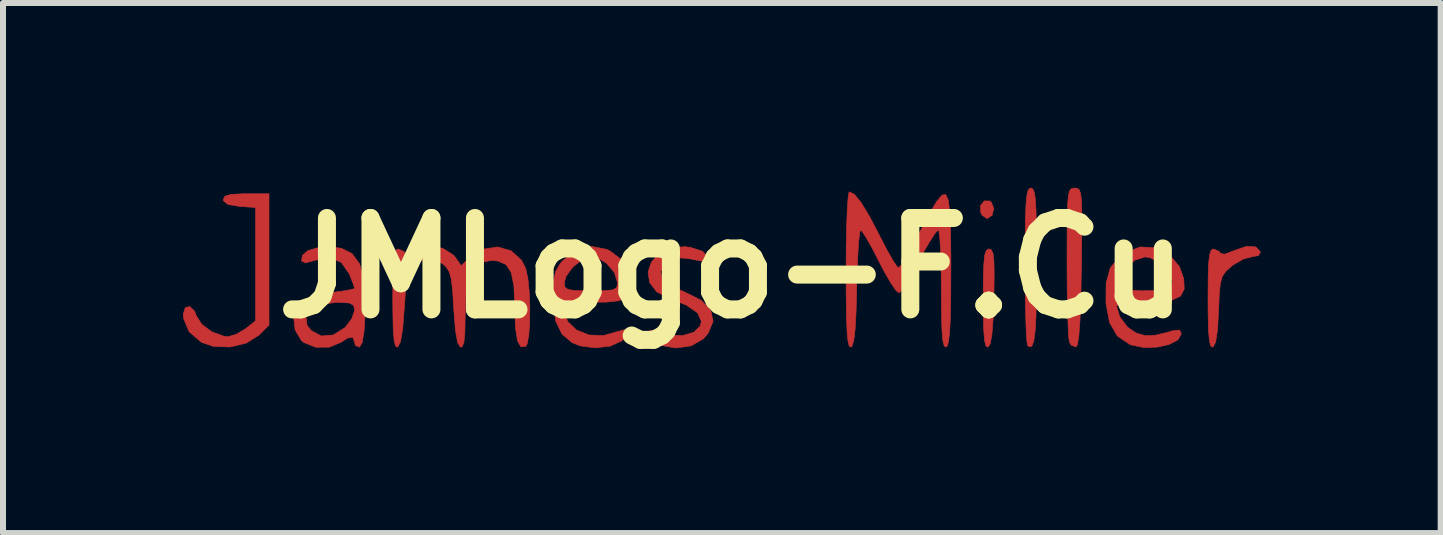
<source format=kicad_pcb>
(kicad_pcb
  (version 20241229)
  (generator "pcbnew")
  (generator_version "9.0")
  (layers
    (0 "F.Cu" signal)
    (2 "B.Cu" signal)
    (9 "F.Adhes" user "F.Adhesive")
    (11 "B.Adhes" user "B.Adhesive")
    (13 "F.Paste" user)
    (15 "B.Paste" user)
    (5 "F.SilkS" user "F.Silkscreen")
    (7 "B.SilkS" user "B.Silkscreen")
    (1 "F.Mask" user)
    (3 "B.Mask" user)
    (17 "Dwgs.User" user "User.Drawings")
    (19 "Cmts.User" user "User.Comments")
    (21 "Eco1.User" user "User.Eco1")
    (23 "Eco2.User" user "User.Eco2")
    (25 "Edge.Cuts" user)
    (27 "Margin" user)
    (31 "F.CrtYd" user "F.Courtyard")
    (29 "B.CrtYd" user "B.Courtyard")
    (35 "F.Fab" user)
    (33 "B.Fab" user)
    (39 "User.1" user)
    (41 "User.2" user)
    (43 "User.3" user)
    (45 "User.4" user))
  (footprint "JMLogo-F.Cu"
    (layer "F.Cu")
    (at 9.149 1.418)
    (property "Reference" "JMLogo-F.Cu" (at 0 0 0) (layer "F.SilkS") (effects (font (size 1.524 1.524) (thickness 0.3))))
    (attr through_hole)
    (fp_poly (pts (xy 4.3 -1.117) (xy 4.326 -1.096) (xy 4.367 -0.992) (xy 4.339 -0.881) (xy 4.259 -0.826) (xy 4.255 -0.826) (xy 4.176 -0.876) (xy 4.149 -0.925) (xy 4.146 -1.042) (xy 4.209 -1.119) (xy 4.3 -1.117)) (stroke (width 0.01) (type solid)) (fill yes) (layer "F.Cu"))
    (fp_poly (pts (xy 4.328 -0.301) (xy 4.355 -0.24) (xy 4.369 -0.113) (xy 4.373 0.098) (xy 4.369 0.412) (xy 4.368 0.487) (xy 4.355 0.857) (xy 4.335 1.112) (xy 4.307 1.262) (xy 4.27 1.318) (xy 4.236 1.299) (xy 4.213 1.206) (xy 4.199 1.025) (xy 4.192 0.741) (xy 4.191 0.513) (xy 4.193 0.169) (xy 4.201 -0.067) (xy 4.216 -0.214) (xy 4.241 -0.291) (xy 4.278 -0.317) (xy 4.288 -0.318) (xy 4.328 -0.301)) (stroke (width 0.01) (type solid)) (fill yes) (layer "F.Cu"))
    (fp_poly (pts (xy 5.017 -1.318) (xy 5.042 -1.262) (xy 5.059 -1.149) (xy 5.07 -0.965) (xy 5.077 -0.694) (xy 5.08 -0.32) (xy 5.08 -0.035) (xy 5.078 0.441) (xy 5.07 0.802) (xy 5.055 1.059) (xy 5.033 1.222) (xy 5.001 1.302) (xy 4.959 1.312) (xy 4.93 1.289) (xy 4.918 1.216) (xy 4.907 1.036) (xy 4.898 0.768) (xy 4.892 0.432) (xy 4.89 0.047) (xy 4.889 -0.042) (xy 4.891 -0.484) (xy 4.895 -0.815) (xy 4.903 -1.049) (xy 4.917 -1.203) (xy 4.937 -1.291) (xy 4.964 -1.328) (xy 4.985 -1.333) (xy 5.017 -1.318)) (stroke (width 0.01) (type solid)) (fill yes) (layer "F.Cu"))
    (fp_poly (pts (xy 5.759 -1.329) (xy 5.791 -1.305) (xy 5.813 -1.246) (xy 5.827 -1.135) (xy 5.833 -0.957) (xy 5.835 -0.694) (xy 5.831 -0.332) (xy 5.827 -0.021) (xy 5.818 0.481) (xy 5.804 0.861) (xy 5.785 1.124) (xy 5.761 1.274) (xy 5.739 1.315) (xy 5.659 1.286) (xy 5.628 1.236) (xy 5.615 1.142) (xy 5.605 0.943) (xy 5.596 0.66) (xy 5.59 0.315) (xy 5.588 -0.071) (xy 5.588 -0.1) (xy 5.589 -0.525) (xy 5.591 -0.838) (xy 5.598 -1.058) (xy 5.61 -1.201) (xy 5.629 -1.284) (xy 5.658 -1.322) (xy 5.697 -1.333) (xy 5.716 -1.333) (xy 5.759 -1.329)) (stroke (width 0.01) (type solid)) (fill yes) (layer "F.Cu"))
    (fp_poly (pts (xy -7.715 0.95) (xy -7.884 1.119) (xy -8.096 1.252) (xy -8.367 1.316) (xy -8.644 1.306) (xy -8.841 1.238) (xy -9.045 1.063) (xy -9.139 0.839) (xy -9.144 0.766) (xy -9.11 0.658) (xy -9.035 0.643) (xy -8.957 0.717) (xy -8.928 0.793) (xy -8.836 0.938) (xy -8.667 1.064) (xy -8.468 1.136) (xy -8.394 1.143) (xy -8.26 1.105) (xy -8.108 1.014) (xy -8.105 1.011) (xy -7.938 0.88) (xy -7.938 -1.009) (xy -8.207 -1.028) (xy -8.396 -1.059) (xy -8.474 -1.12) (xy -8.477 -1.143) (xy -8.448 -1.198) (xy -8.344 -1.228) (xy -8.142 -1.238) (xy -8.096 -1.238) (xy -7.715 -1.238) (xy -7.715 0.95)) (stroke (width 0.01) (type solid)) (fill yes) (layer "F.Cu"))
    (fp_poly (pts (xy 8.735 -0.351) (xy 8.811 -0.27) (xy 8.78 -0.208) (xy 8.678 -0.191) (xy 8.526 -0.15) (xy 8.355 -0.051) (xy 8.326 -0.028) (xy 8.234 0.056) (xy 8.176 0.14) (xy 8.143 0.257) (xy 8.125 0.437) (xy 8.114 0.713) (xy 8.114 0.713) (xy 8.096 1.034) (xy 8.065 1.234) (xy 8.021 1.316) (xy 8.017 1.318) (xy 7.983 1.299) (xy 7.96 1.206) (xy 7.945 1.025) (xy 7.939 0.741) (xy 7.938 0.513) (xy 7.94 0.165) (xy 7.948 -0.074) (xy 7.965 -0.223) (xy 7.991 -0.298) (xy 8.027 -0.318) (xy 8.123 -0.278) (xy 8.139 -0.251) (xy 8.207 -0.229) (xy 8.356 -0.282) (xy 8.367 -0.288) (xy 8.579 -0.362) (xy 8.735 -0.351)) (stroke (width 0.01) (type solid)) (fill yes) (layer "F.Cu"))
    (fp_poly (pts (xy -0.675 -0.34) (xy -0.49 -0.28) (xy -0.414 -0.202) (xy -0.413 -0.19) (xy -0.46 -0.117) (xy -0.504 -0.115) (xy -0.733 -0.16) (xy -0.879 -0.17) (xy -0.982 -0.142) (xy -1.081 -0.073) (xy -1.082 -0.073) (xy -1.184 0.056) (xy -1.163 0.178) (xy -1.019 0.297) (xy -0.787 0.4) (xy -0.511 0.538) (xy -0.352 0.704) (xy -0.312 0.889) (xy -0.395 1.087) (xy -0.473 1.178) (xy -0.675 1.296) (xy -0.935 1.333) (xy -1.214 1.283) (xy -1.254 1.268) (xy -1.365 1.185) (xy -1.397 1.107) (xy -1.366 1.035) (xy -1.286 1.051) (xy -1.044 1.12) (xy -0.818 1.125) (xy -0.635 1.072) (xy -0.526 0.967) (xy -0.508 0.888) (xy -0.571 0.747) (xy -0.76 0.617) (xy -1.036 0.509) (xy -1.253 0.395) (xy -1.37 0.241) (xy -1.396 0.068) (xy -1.34 -0.1) (xy -1.212 -0.242) (xy -1.022 -0.335) (xy -0.779 -0.356) (xy -0.675 -0.34)) (stroke (width 0.01) (type solid)) (fill yes) (layer "F.Cu"))
    (fp_poly (pts (xy 7.067 -0.336) (xy 7.294 -0.222) (xy 7.462 -0.022) (xy 7.533 0.179) (xy 7.541 0.35) (xy 7.481 0.466) (xy 7.337 0.535) (xy 7.093 0.567) (xy 6.878 0.572) (xy 6.653 0.579) (xy 6.488 0.599) (xy 6.415 0.628) (xy 6.413 0.632) (xy 6.466 0.813) (xy 6.595 0.984) (xy 6.739 1.083) (xy 6.884 1.125) (xy 7.04 1.124) (xy 7.252 1.075) (xy 7.35 1.045) (xy 7.463 1.034) (xy 7.493 1.094) (xy 7.436 1.196) (xy 7.289 1.274) (xy 7.086 1.319) (xy 6.863 1.324) (xy 6.656 1.281) (xy 6.636 1.273) (xy 6.427 1.133) (xy 6.297 0.909) (xy 6.237 0.588) (xy 6.237 0.585) (xy 6.239 0.313) (xy 6.413 0.313) (xy 6.47 0.348) (xy 6.615 0.37) (xy 6.811 0.38) (xy 7.017 0.378) (xy 7.198 0.363) (xy 7.313 0.334) (xy 7.333 0.319) (xy 7.341 0.199) (xy 7.266 0.055) (xy 7.138 -0.078) (xy 6.985 -0.168) (xy 6.89 -0.186) (xy 6.716 -0.131) (xy 6.553 0.006) (xy 6.441 0.185) (xy 6.413 0.313) (xy 6.239 0.313) (xy 6.24 0.249) (xy 6.308 0.001) (xy 6.452 -0.182) (xy 6.555 -0.257) (xy 6.811 -0.352) (xy 7.067 -0.336)) (stroke (width 0.01) (type solid)) (fill yes) (layer "F.Cu"))
    (fp_poly (pts (xy -2.08 -0.309) (xy -2.042 -0.291) (xy -1.839 -0.141) (xy -1.736 0.062) (xy -1.714 0.275) (xy -1.726 0.41) (xy -1.775 0.497) (xy -1.884 0.545) (xy -2.077 0.567) (xy -2.355 0.572) (xy -2.586 0.575) (xy -2.719 0.59) (xy -2.779 0.626) (xy -2.794 0.69) (xy -2.794 0.701) (xy -2.738 0.89) (xy -2.59 1.033) (xy -2.38 1.116) (xy -2.14 1.126) (xy -1.939 1.069) (xy -1.79 1.027) (xy -1.728 1.061) (xy -1.768 1.151) (xy -1.833 1.212) (xy -2.026 1.301) (xy -2.276 1.33) (xy -2.528 1.297) (xy -2.66 1.245) (xy -2.831 1.101) (xy -2.935 0.886) (xy -2.979 0.58) (xy -2.982 0.465) (xy -2.975 0.251) (xy -2.794 0.251) (xy -2.783 0.319) (xy -2.731 0.358) (xy -2.611 0.376) (xy -2.395 0.381) (xy -2.349 0.381) (xy -2.117 0.378) (xy -1.983 0.363) (xy -1.922 0.329) (xy -1.905 0.265) (xy -1.905 0.242) (xy -1.959 0.072) (xy -2.091 -0.083) (xy -2.258 -0.179) (xy -2.332 -0.191) (xy -2.494 -0.14) (xy -2.653 -0.015) (xy -2.766 0.143) (xy -2.794 0.251) (xy -2.975 0.251) (xy -2.974 0.226) (xy -2.939 0.063) (xy -2.862 -0.07) (xy -2.822 -0.12) (xy -2.601 -0.297) (xy -2.344 -0.362) (xy -2.08 -0.309)) (stroke (width 0.01) (type solid)) (fill yes) (layer "F.Cu"))
    (fp_poly (pts (xy -6.509 -0.329) (xy -6.328 -0.238) (xy -6.204 -0.068) (xy -6.133 0.194) (xy -6.108 0.56) (xy -6.111 0.725) (xy -6.129 1.043) (xy -6.16 1.239) (xy -6.206 1.317) (xy -6.207 1.318) (xy -6.275 1.291) (xy -6.287 1.244) (xy -6.316 1.155) (xy -6.408 1.168) (xy -6.512 1.236) (xy -6.71 1.319) (xy -6.936 1.32) (xy -7.133 1.242) (xy -7.176 1.206) (xy -7.279 1.032) (xy -7.303 0.826) (xy -7.298 0.808) (xy -7.099 0.808) (xy -7.081 0.952) (xy -7.012 1.043) (xy -6.842 1.133) (xy -6.644 1.116) (xy -6.452 0.996) (xy -6.442 0.987) (xy -6.335 0.844) (xy -6.287 0.709) (xy -6.287 0.701) (xy -6.304 0.622) (xy -6.376 0.583) (xy -6.537 0.572) (xy -6.583 0.572) (xy -6.836 0.603) (xy -7.013 0.687) (xy -7.099 0.808) (xy -7.298 0.808) (xy -7.248 0.639) (xy -7.164 0.545) (xy -7.025 0.484) (xy -6.814 0.431) (xy -6.656 0.406) (xy -6.459 0.38) (xy -6.325 0.355) (xy -6.287 0.339) (xy -6.309 0.269) (xy -6.363 0.13) (xy -6.378 0.095) (xy -6.51 -0.095) (xy -6.697 -0.172) (xy -6.937 -0.133) (xy -6.949 -0.129) (xy -7.109 -0.086) (xy -7.173 -0.119) (xy -7.157 -0.211) (xy -7.067 -0.29) (xy -6.896 -0.34) (xy -6.688 -0.354) (xy -6.509 -0.329)) (stroke (width 0.01) (type solid)) (fill yes) (layer "F.Cu"))
    (fp_poly (pts (xy -4.82 -0.33) (xy -4.637 -0.213) (xy -4.605 -0.173) (xy -4.511 -0.039) (xy -4.367 -0.174) (xy -4.141 -0.315) (xy -3.902 -0.351) (xy -3.681 -0.288) (xy -3.506 -0.131) (xy -3.436 0.008) (xy -3.4 0.172) (xy -3.377 0.399) (xy -3.367 0.657) (xy -3.37 0.91) (xy -3.385 1.125) (xy -3.413 1.269) (xy -3.436 1.306) (xy -3.516 1.313) (xy -3.572 1.214) (xy -3.606 1.002) (xy -3.618 0.672) (xy -3.619 0.629) (xy -3.632 0.298) (xy -3.677 0.075) (xy -3.763 -0.058) (xy -3.898 -0.118) (xy -4.006 -0.126) (xy -4.185 -0.095) (xy -4.312 0.004) (xy -4.393 0.186) (xy -4.435 0.465) (xy -4.445 0.795) (xy -4.45 1.073) (xy -4.466 1.241) (xy -4.497 1.314) (xy -4.524 1.318) (xy -4.571 1.24) (xy -4.607 1.038) (xy -4.633 0.712) (xy -4.636 0.672) (xy -4.653 0.38) (xy -4.676 0.187) (xy -4.709 0.064) (xy -4.762 -0.018) (xy -4.819 -0.071) (xy -4.996 -0.158) (xy -5.105 -0.153) (xy -5.245 -0.096) (xy -5.34 -0.007) (xy -5.401 0.138) (xy -5.438 0.363) (xy -5.461 0.68) (xy -5.487 1.017) (xy -5.523 1.229) (xy -5.569 1.317) (xy -5.572 1.318) (xy -5.606 1.299) (xy -5.629 1.206) (xy -5.644 1.025) (xy -5.65 0.741) (xy -5.652 0.513) (xy -5.649 0.165) (xy -5.641 -0.074) (xy -5.624 -0.223) (xy -5.598 -0.298) (xy -5.562 -0.318) (xy -5.465 -0.274) (xy -5.447 -0.244) (xy -5.387 -0.216) (xy -5.254 -0.282) (xy -5.041 -0.356) (xy -4.82 -0.33)) (stroke (width 0.01) (type solid)) (fill yes) (layer "F.Cu"))
    (fp_poly (pts (xy 2.044 -1.227) (xy 2.155 -1.091) (xy 2.298 -0.855) (xy 2.47 -0.524) (xy 2.589 -0.295) (xy 2.691 -0.117) (xy 2.761 -0.015) (xy 2.779 -0.001) (xy 2.825 -0.054) (xy 2.914 -0.198) (xy 3.033 -0.41) (xy 3.144 -0.62) (xy 3.296 -0.908) (xy 3.414 -1.108) (xy 3.503 -1.215) (xy 3.566 -1.224) (xy 3.608 -1.129) (xy 3.634 -0.925) (xy 3.647 -0.607) (xy 3.651 -0.169) (xy 3.651 0.026) (xy 3.649 0.486) (xy 3.643 0.832) (xy 3.63 1.075) (xy 3.612 1.228) (xy 3.587 1.305) (xy 3.572 1.318) (xy 3.54 1.299) (xy 3.518 1.211) (xy 3.503 1.038) (xy 3.495 0.768) (xy 3.493 0.385) (xy 3.493 0.355) (xy 3.489 0.016) (xy 3.481 -0.272) (xy 3.468 -0.489) (xy 3.452 -0.614) (xy 3.441 -0.635) (xy 3.391 -0.583) (xy 3.299 -0.442) (xy 3.181 -0.24) (xy 3.12 -0.128) (xy 2.994 0.1) (xy 2.885 0.284) (xy 2.81 0.395) (xy 2.791 0.414) (xy 2.74 0.377) (xy 2.65 0.248) (xy 2.536 0.049) (xy 2.463 -0.092) (xy 2.343 -0.326) (xy 2.239 -0.509) (xy 2.168 -0.617) (xy 2.147 -0.635) (xy 2.129 -0.575) (xy 2.112 -0.41) (xy 2.097 -0.162) (xy 2.085 0.148) (xy 2.081 0.328) (xy 2.071 0.732) (xy 2.055 1.021) (xy 2.033 1.207) (xy 2.003 1.301) (xy 1.984 1.318) (xy 1.957 1.3) (xy 1.936 1.216) (xy 1.921 1.055) (xy 1.911 0.804) (xy 1.906 0.449) (xy 1.905 0.037) (xy 1.907 -0.355) (xy 1.914 -0.7) (xy 1.925 -0.979) (xy 1.939 -1.174) (xy 1.954 -1.265) (xy 1.959 -1.27) (xy 2.044 -1.227)) (stroke (width 0.01) (type solid)) (fill yes) (layer "F.Cu")))
  (gr_rect
    (start -3 -3)
    (end 20.965 5.836)
    (stroke (width 0.1) (type default))
    (fill no)
    (layer "Edge.Cuts")))
</source>
